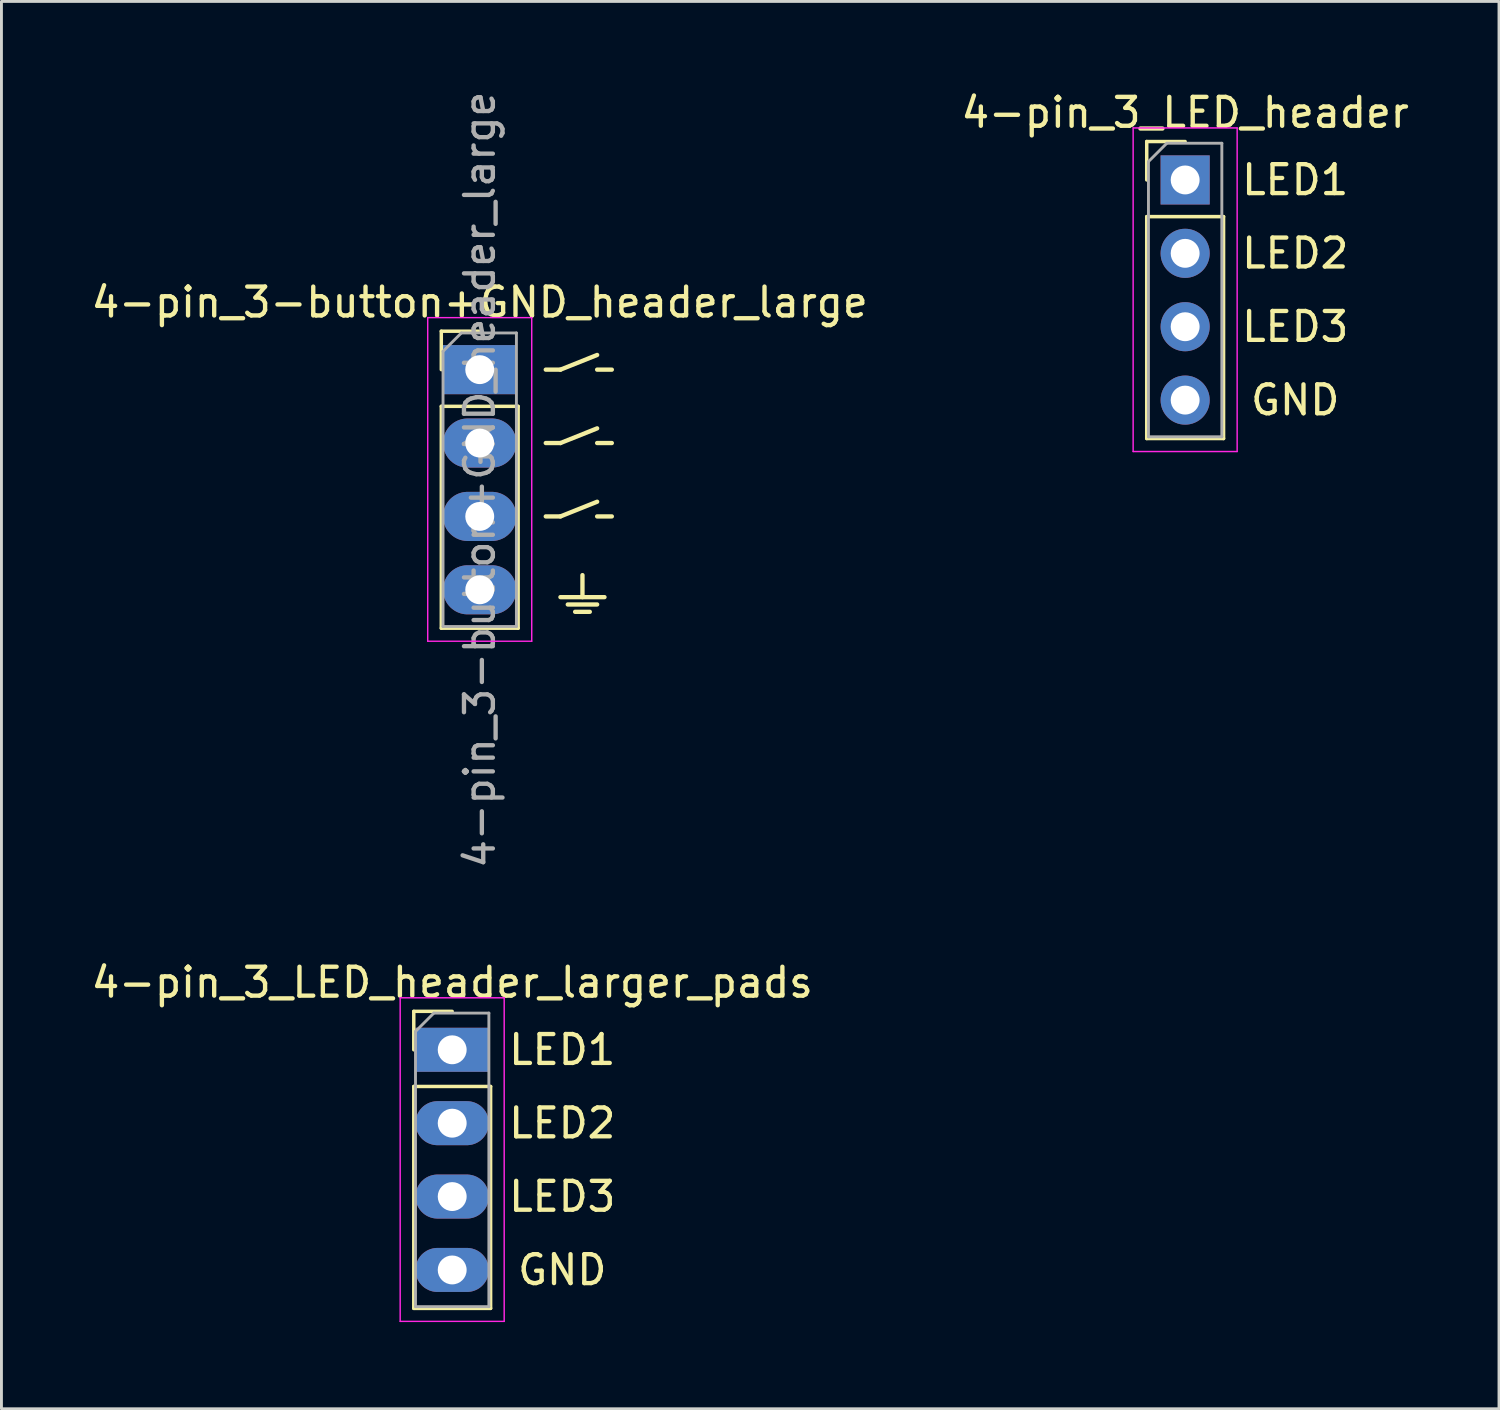
<source format=kicad_pcb>
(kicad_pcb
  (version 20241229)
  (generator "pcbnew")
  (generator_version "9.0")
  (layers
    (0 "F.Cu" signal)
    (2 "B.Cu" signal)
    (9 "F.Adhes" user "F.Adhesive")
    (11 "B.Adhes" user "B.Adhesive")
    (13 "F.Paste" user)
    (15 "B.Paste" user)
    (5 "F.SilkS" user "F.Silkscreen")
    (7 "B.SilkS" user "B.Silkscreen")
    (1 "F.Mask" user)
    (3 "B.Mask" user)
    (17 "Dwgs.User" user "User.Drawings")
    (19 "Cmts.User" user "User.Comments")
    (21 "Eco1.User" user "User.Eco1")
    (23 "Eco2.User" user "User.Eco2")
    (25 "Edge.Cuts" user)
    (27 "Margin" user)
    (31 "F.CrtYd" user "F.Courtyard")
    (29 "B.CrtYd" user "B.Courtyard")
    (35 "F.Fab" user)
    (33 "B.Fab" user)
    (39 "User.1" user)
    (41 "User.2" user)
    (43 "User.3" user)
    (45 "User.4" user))
  (footprint "4-pin_3_LED_header_larger_pads"
    (layer "F.Cu")
    (at 12.601 33.285)
    (property "Reference" "4-pin_3_LED_header_larger_pads" (at 0 -2.33 0) (layer "F.SilkS") (effects (font (size 1 1) (thickness 0.15))))
    (attr through_hole)
    (fp_line (start -1.33 -1.33) (end 0 -1.33) (stroke (width 0.12) (type solid)) (layer "F.SilkS"))
    (fp_line (start -1.33 0) (end -1.33 -1.33) (stroke (width 0.12) (type solid)) (layer "F.SilkS"))
    (fp_line (start -1.33 1.27) (end -1.33 8.95) (stroke (width 0.12) (type solid)) (layer "F.SilkS"))
    (fp_line (start -1.33 1.27) (end 1.33 1.27) (stroke (width 0.12) (type solid)) (layer "F.SilkS"))
    (fp_line (start -1.33 8.95) (end 1.33 8.95) (stroke (width 0.12) (type solid)) (layer "F.SilkS"))
    (fp_line (start 1.33 1.27) (end 1.33 8.95) (stroke (width 0.12) (type solid)) (layer "F.SilkS"))
    (fp_line (start -1.8 -1.8) (end -1.8 9.4) (stroke (width 0.05) (type solid)) (layer "F.CrtYd"))
    (fp_line (start -1.8 9.4) (end 1.8 9.4) (stroke (width 0.05) (type solid)) (layer "F.CrtYd"))
    (fp_line (start 1.8 -1.8) (end -1.8 -1.8) (stroke (width 0.05) (type solid)) (layer "F.CrtYd"))
    (fp_line (start 1.8 9.4) (end 1.8 -1.8) (stroke (width 0.05) (type solid)) (layer "F.CrtYd"))
    (fp_line (start -1.27 -0.635) (end -0.635 -1.27) (stroke (width 0.1) (type solid)) (layer "F.Fab"))
    (fp_line (start -1.27 8.89) (end -1.27 -0.635) (stroke (width 0.1) (type solid)) (layer "F.Fab"))
    (fp_line (start -0.635 -1.27) (end 1.27 -1.27) (stroke (width 0.1) (type solid)) (layer "F.Fab"))
    (fp_line (start 1.27 -1.27) (end 1.27 8.89) (stroke (width 0.1) (type solid)) (layer "F.Fab"))
    (fp_line (start 1.27 8.89) (end -1.27 8.89) (stroke (width 0.1) (type solid)) (layer "F.Fab"))
    (fp_text user "LED1" (at 3.81 0 0) (layer "F.SilkS") (effects (font (size 1 1) (thickness 0.15))))
    (fp_text user "LED2" (at 3.81 2.54 0) (layer "F.SilkS") (effects (font (size 1 1) (thickness 0.15))))
    (fp_text user "GND" (at 3.81 7.62 0) (layer "F.SilkS") (effects (font (size 1 1) (thickness 0.15))))
    (fp_text user "LED3" (at 3.81 5.08 0) (layer "F.SilkS") (effects (font (size 1 1) (thickness 0.15))))
    (pad "1" thru_hole rect (at 0 0) (size 2.54 1.524) (drill 1) (layers "*.Cu" "*.Mask"))
    (pad "2" thru_hole oval (at 0 2.54) (size 2.54 1.524) (drill 1) (layers "*.Cu" "*.Mask"))
    (pad "3" thru_hole oval (at 0 5.08) (size 2.54 1.524) (drill 1) (layers "*.Cu" "*.Mask"))
    (pad "4" thru_hole oval (at 0 7.62) (size 2.54 1.524) (drill 1) (layers "*.Cu" "*.Mask")))
  (footprint "4-pin_3-button+GND_header_large"
    (layer "F.Cu")
    (at 13.554 9.744)
    (property "Reference" "4-pin_3-button+GND_header_large" (at 0 -2.33 0) (layer "F.SilkS") (effects (font (size 1 1) (thickness 0.15))))
    (attr through_hole)
    (fp_line (start -1.33 -1.33) (end 0 -1.33) (stroke (width 0.12) (type solid)) (layer "F.SilkS"))
    (fp_line (start -1.33 0) (end -1.33 -1.33) (stroke (width 0.12) (type solid)) (layer "F.SilkS"))
    (fp_line (start -1.33 1.27) (end -1.33 8.95) (stroke (width 0.12) (type solid)) (layer "F.SilkS"))
    (fp_line (start -1.33 1.27) (end 1.33 1.27) (stroke (width 0.12) (type solid)) (layer "F.SilkS"))
    (fp_line (start -1.33 8.95) (end 1.33 8.95) (stroke (width 0.12) (type solid)) (layer "F.SilkS"))
    (fp_line (start 1.33 1.27) (end 1.33 8.95) (stroke (width 0.12) (type solid)) (layer "F.SilkS"))
    (fp_line (start 2.286 0) (end 2.794 0) (stroke (width 0.15) (type solid)) (layer "F.SilkS"))
    (fp_line (start 2.286 2.54) (end 2.794 2.54) (stroke (width 0.15) (type solid)) (layer "F.SilkS"))
    (fp_line (start 2.286 5.08) (end 2.794 5.08) (stroke (width 0.15) (type solid)) (layer "F.SilkS"))
    (fp_line (start 2.794 0) (end 4.064 -0.508) (stroke (width 0.15) (type solid)) (layer "F.SilkS"))
    (fp_line (start 2.794 2.54) (end 4.064 2.032) (stroke (width 0.15) (type solid)) (layer "F.SilkS"))
    (fp_line (start 2.794 5.08) (end 4.064 4.572) (stroke (width 0.15) (type solid)) (layer "F.SilkS"))
    (fp_line (start 2.794 7.874) (end 4.318 7.874) (stroke (width 0.15) (type solid)) (layer "F.SilkS"))
    (fp_line (start 3.048 8.128) (end 4.064 8.128) (stroke (width 0.15) (type solid)) (layer "F.SilkS"))
    (fp_line (start 3.302 8.382) (end 3.81 8.382) (stroke (width 0.15) (type solid)) (layer "F.SilkS"))
    (fp_line (start 3.556 7.874) (end 3.556 7.112) (stroke (width 0.15) (type solid)) (layer "F.SilkS"))
    (fp_line (start 4.064 0) (end 4.572 0) (stroke (width 0.15) (type solid)) (layer "F.SilkS"))
    (fp_line (start 4.064 2.54) (end 4.572 2.54) (stroke (width 0.15) (type solid)) (layer "F.SilkS"))
    (fp_line (start 4.064 5.08) (end 4.572 5.08) (stroke (width 0.15) (type solid)) (layer "F.SilkS"))
    (fp_line (start -1.8 -1.8) (end -1.8 9.4) (stroke (width 0.05) (type solid)) (layer "F.CrtYd"))
    (fp_line (start -1.8 9.4) (end 1.8 9.4) (stroke (width 0.05) (type solid)) (layer "F.CrtYd"))
    (fp_line (start 1.8 -1.8) (end -1.8 -1.8) (stroke (width 0.05) (type solid)) (layer "F.CrtYd"))
    (fp_line (start 1.8 9.4) (end 1.8 -1.8) (stroke (width 0.05) (type solid)) (layer "F.CrtYd"))
    (fp_line (start -1.27 -0.635) (end -0.635 -1.27) (stroke (width 0.1) (type solid)) (layer "F.Fab"))
    (fp_line (start -1.27 8.89) (end -1.27 -0.635) (stroke (width 0.1) (type solid)) (layer "F.Fab"))
    (fp_line (start -0.635 -1.27) (end 1.27 -1.27) (stroke (width 0.1) (type solid)) (layer "F.Fab"))
    (fp_line (start 1.27 -1.27) (end 1.27 8.89) (stroke (width 0.1) (type solid)) (layer "F.Fab"))
    (fp_line (start 1.27 8.89) (end -1.27 8.89) (stroke (width 0.1) (type solid)) (layer "F.Fab"))
    (fp_text user "${REFERENCE}" (at 0 3.81 90) (layer "F.Fab") (effects (font (size 1 1) (thickness 0.15))))
    (pad "1" thru_hole rect (at 0 0) (size 2.54 1.7) (drill 1) (layers "*.Cu" "*.Mask"))
    (pad "2" thru_hole oval (at 0 2.54) (size 2.54 1.7) (drill 1) (layers "*.Cu" "*.Mask"))
    (pad "3" thru_hole oval (at 0 5.08) (size 2.54 1.7) (drill 1) (layers "*.Cu" "*.Mask"))
    (pad "4" thru_hole oval (at 0 7.62) (size 2.54 1.7) (drill 1) (layers "*.Cu" "*.Mask")))
  (footprint "4-pin_3_LED_header"
    (layer "F.Cu")
    (at 37.97 3.178)
    (property "Reference" "4-pin_3_LED_header" (at 0 -2.33 0) (layer "F.SilkS") (effects (font (size 1 1) (thickness 0.15))))
    (attr through_hole)
    (fp_line (start -1.33 -1.33) (end 0 -1.33) (stroke (width 0.12) (type solid)) (layer "F.SilkS"))
    (fp_line (start -1.33 0) (end -1.33 -1.33) (stroke (width 0.12) (type solid)) (layer "F.SilkS"))
    (fp_line (start -1.33 1.27) (end -1.33 8.95) (stroke (width 0.12) (type solid)) (layer "F.SilkS"))
    (fp_line (start -1.33 1.27) (end 1.33 1.27) (stroke (width 0.12) (type solid)) (layer "F.SilkS"))
    (fp_line (start -1.33 8.95) (end 1.33 8.95) (stroke (width 0.12) (type solid)) (layer "F.SilkS"))
    (fp_line (start 1.33 1.27) (end 1.33 8.95) (stroke (width 0.12) (type solid)) (layer "F.SilkS"))
    (fp_line (start -1.8 -1.8) (end -1.8 9.4) (stroke (width 0.05) (type solid)) (layer "F.CrtYd"))
    (fp_line (start -1.8 9.4) (end 1.8 9.4) (stroke (width 0.05) (type solid)) (layer "F.CrtYd"))
    (fp_line (start 1.8 -1.8) (end -1.8 -1.8) (stroke (width 0.05) (type solid)) (layer "F.CrtYd"))
    (fp_line (start 1.8 9.4) (end 1.8 -1.8) (stroke (width 0.05) (type solid)) (layer "F.CrtYd"))
    (fp_line (start -1.27 -0.635) (end -0.635 -1.27) (stroke (width 0.1) (type solid)) (layer "F.Fab"))
    (fp_line (start -1.27 8.89) (end -1.27 -0.635) (stroke (width 0.1) (type solid)) (layer "F.Fab"))
    (fp_line (start -0.635 -1.27) (end 1.27 -1.27) (stroke (width 0.1) (type solid)) (layer "F.Fab"))
    (fp_line (start 1.27 -1.27) (end 1.27 8.89) (stroke (width 0.1) (type solid)) (layer "F.Fab"))
    (fp_line (start 1.27 8.89) (end -1.27 8.89) (stroke (width 0.1) (type solid)) (layer "F.Fab"))
    (fp_text user "LED1" (at 3.81 0 0) (layer "F.SilkS") (effects (font (size 1 1) (thickness 0.15))))
    (fp_text user "GND" (at 3.81 7.62 0) (layer "F.SilkS") (effects (font (size 1 1) (thickness 0.15))))
    (fp_text user "LED2" (at 3.81 2.54 0) (layer "F.SilkS") (effects (font (size 1 1) (thickness 0.15))))
    (fp_text user "LED3" (at 3.81 5.08 0) (layer "F.SilkS") (effects (font (size 1 1) (thickness 0.15))))
    (pad "1" thru_hole rect (at 0 0) (size 1.7 1.7) (drill 1) (layers "*.Cu" "*.Mask"))
    (pad "2" thru_hole oval (at 0 2.54) (size 1.7 1.7) (drill 1) (layers "*.Cu" "*.Mask"))
    (pad "3" thru_hole oval (at 0 5.08) (size 1.7 1.7) (drill 1) (layers "*.Cu" "*.Mask"))
    (pad "4" thru_hole oval (at 0 7.62) (size 1.7 1.7) (drill 1) (layers "*.Cu" "*.Mask")))
  (gr_rect
    (start -3 -3)
    (end 48.833 45.71)
    (stroke (width 0.1) (type default))
    (fill no)
    (layer "Edge.Cuts")))
</source>
